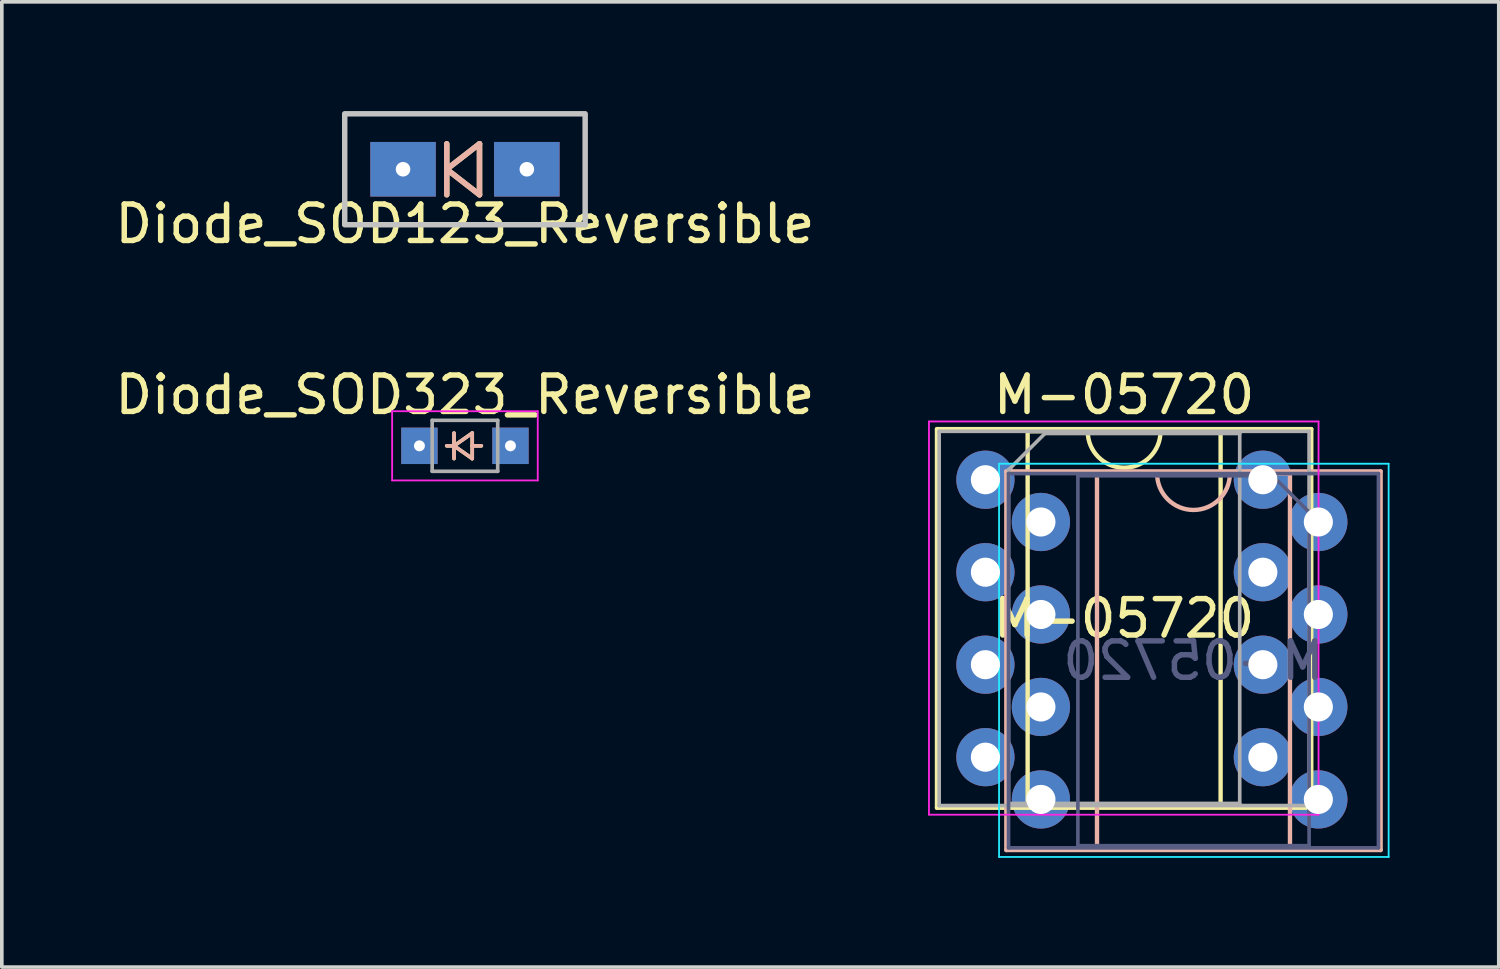
<source format=kicad_pcb>
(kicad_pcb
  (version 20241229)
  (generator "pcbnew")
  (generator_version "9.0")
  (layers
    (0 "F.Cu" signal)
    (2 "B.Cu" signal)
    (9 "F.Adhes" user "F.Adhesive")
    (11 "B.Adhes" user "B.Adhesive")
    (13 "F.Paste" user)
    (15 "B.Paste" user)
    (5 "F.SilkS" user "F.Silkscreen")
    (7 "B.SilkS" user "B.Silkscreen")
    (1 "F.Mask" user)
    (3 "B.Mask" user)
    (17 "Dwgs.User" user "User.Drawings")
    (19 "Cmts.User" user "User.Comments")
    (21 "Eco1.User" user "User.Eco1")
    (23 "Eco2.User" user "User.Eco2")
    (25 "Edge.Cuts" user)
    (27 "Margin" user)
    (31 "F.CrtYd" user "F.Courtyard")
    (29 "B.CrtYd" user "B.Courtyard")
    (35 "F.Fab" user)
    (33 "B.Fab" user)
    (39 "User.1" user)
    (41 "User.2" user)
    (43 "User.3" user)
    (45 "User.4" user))
  (footprint "Diode_SOD123_Reversible"
    (placed yes)
    (layer "F.Cu")
    (at 9.72 1.599)
    (property "Reference" "Diode_SOD123_Reversible" (at 0 1.5 0) (layer "F.SilkS") (effects (font (size 1 1) (thickness 0.15))))
    (attr through_hole)
    (fp_line (start -0.5 -0.7) (end -0.5 0.7) (stroke (width 0.15) (type solid)) (layer "F.SilkS"))
    (fp_line (start -0.5 0) (end 0.4 -0.7) (stroke (width 0.15) (type solid)) (layer "F.SilkS"))
    (fp_line (start 0.4 -0.7) (end 0.4 0.7) (stroke (width 0.15) (type solid)) (layer "F.SilkS"))
    (fp_line (start 0.4 0.7) (end -0.5 0) (stroke (width 0.15) (type solid)) (layer "F.SilkS"))
    (fp_line (start -0.5 -0.7) (end -0.5 0.7) (stroke (width 0.15) (type solid)) (layer "B.SilkS"))
    (fp_line (start -0.5 0) (end 0.4 -0.7) (stroke (width 0.15) (type solid)) (layer "B.SilkS"))
    (fp_line (start 0.4 -0.7) (end 0.4 0.7) (stroke (width 0.15) (type solid)) (layer "B.SilkS"))
    (fp_line (start 0.4 0.7) (end -0.5 0) (stroke (width 0.15) (type solid)) (layer "B.SilkS"))
    (fp_line (start -3.302 -1.524) (end 3.302 -1.524) (stroke (width 0.15) (type solid)) (layer "Dwgs.User"))
    (fp_line (start -3.302 -1.5) (end -3.302 1.5) (stroke (width 0.15) (type solid)) (layer "Dwgs.User"))
    (fp_line (start -3.302 1.524) (end 3.302 1.524) (stroke (width 0.15) (type solid)) (layer "Dwgs.User"))
    (fp_line (start 3.302 -1.476) (end 3.302 1.524) (stroke (width 0.15) (type solid)) (layer "Dwgs.User"))
    (pad "1" thru_hole rect (at -1.7 0) (size 1.8 1.5) (drill 0.4) (layers "*.Cu" "*.Mask"))
    (pad "2" thru_hole rect (at 1.7 0) (size 1.8 1.5) (drill 0.4) (layers "*.Cu" "*.Mask")))
  (footprint "M-05720"
    (layer "F.Cu")
    (at 24.015 10.126)
    (property "Reference" "M-05720" (at 3.81 -2.33 0) (layer "F.SilkS") (effects (font (size 1 1) (thickness 0.15))))
    (attr through_hole)
    (fp_line (start -1.33 -1.39) (end -1.33 9.01) (stroke (width 0.12) (type solid)) (layer "F.SilkS"))
    (fp_line (start -1.33 9.01) (end 8.95 9.01) (stroke (width 0.12) (type solid)) (layer "F.SilkS"))
    (fp_line (start 1.16 -1.33) (end 1.16 8.95) (stroke (width 0.12) (type solid)) (layer "F.SilkS"))
    (fp_line (start 1.16 8.95) (end 6.46 8.95) (stroke (width 0.12) (type solid)) (layer "F.SilkS"))
    (fp_line (start 2.81 -1.33) (end 1.16 -1.33) (stroke (width 0.12) (type solid)) (layer "F.SilkS"))
    (fp_line (start 6.46 -1.33) (end 4.81 -1.33) (stroke (width 0.12) (type solid)) (layer "F.SilkS"))
    (fp_line (start 6.46 8.95) (end 6.46 -1.33) (stroke (width 0.12) (type solid)) (layer "F.SilkS"))
    (fp_line (start 8.95 -1.39) (end -1.33 -1.39) (stroke (width 0.12) (type solid)) (layer "F.SilkS"))
    (fp_line (start 8.95 9.01) (end 8.95 -1.39) (stroke (width 0.12) (type solid)) (layer "F.SilkS"))
    (fp_arc (start 4.81 -1.33) (mid 3.81 -0.33) (end 2.81 -1.33) (stroke (width 0.12) (type solid)) (layer "F.SilkS"))
    (fp_line (start 0.575 -0.229) (end 10.855 -0.229) (stroke (width 0.12) (type solid)) (layer "B.SilkS"))
    (fp_line (start 0.575 10.171) (end 0.575 -0.229) (stroke (width 0.12) (type solid)) (layer "B.SilkS"))
    (fp_line (start 3.065 -0.169) (end 4.715 -0.169) (stroke (width 0.12) (type solid)) (layer "B.SilkS"))
    (fp_line (start 3.065 10.111) (end 3.065 -0.169) (stroke (width 0.12) (type solid)) (layer "B.SilkS"))
    (fp_line (start 6.715 -0.169) (end 8.365 -0.169) (stroke (width 0.12) (type solid)) (layer "B.SilkS"))
    (fp_line (start 8.365 -0.169) (end 8.365 10.111) (stroke (width 0.12) (type solid)) (layer "B.SilkS"))
    (fp_line (start 8.365 10.111) (end 3.065 10.111) (stroke (width 0.12) (type solid)) (layer "B.SilkS"))
    (fp_line (start 10.855 -0.229) (end 10.855 10.171) (stroke (width 0.12) (type solid)) (layer "B.SilkS"))
    (fp_line (start 10.855 10.171) (end 0.575 10.171) (stroke (width 0.12) (type solid)) (layer "B.SilkS"))
    (fp_arc (start 6.715 -0.169354) (mid 5.715 0.830646) (end 4.715 -0.169354) (stroke (width 0.12) (type solid)) (layer "B.SilkS"))
    (fp_line (start 0.375 -0.439) (end 11.075 -0.439) (stroke (width 0.05) (type solid)) (layer "B.CrtYd"))
    (fp_line (start 0.375 10.361) (end 0.375 -0.439) (stroke (width 0.05) (type solid)) (layer "B.CrtYd"))
    (fp_line (start 11.075 -0.439) (end 11.075 10.361) (stroke (width 0.05) (type solid)) (layer "B.CrtYd"))
    (fp_line (start 11.075 10.361) (end 0.375 10.361) (stroke (width 0.05) (type solid)) (layer "B.CrtYd"))
    (fp_line (start -1.55 -1.6) (end -1.55 9.2) (stroke (width 0.05) (type solid)) (layer "F.CrtYd"))
    (fp_line (start -1.55 9.2) (end 9.15 9.2) (stroke (width 0.05) (type solid)) (layer "F.CrtYd"))
    (fp_line (start 9.15 -1.6) (end -1.55 -1.6) (stroke (width 0.05) (type solid)) (layer "F.CrtYd"))
    (fp_line (start 9.15 9.2) (end 9.15 -1.6) (stroke (width 0.05) (type solid)) (layer "F.CrtYd"))
    (fp_line (start 0.635 -0.169) (end 10.795 -0.169) (stroke (width 0.1) (type solid)) (layer "B.Fab"))
    (fp_line (start 0.635 10.111) (end 0.635 -0.169) (stroke (width 0.1) (type solid)) (layer "B.Fab"))
    (fp_line (start 2.54 -0.109) (end 2.54 10.051) (stroke (width 0.1) (type solid)) (layer "B.Fab"))
    (fp_line (start 2.54 10.051) (end 8.89 10.051) (stroke (width 0.1) (type solid)) (layer "B.Fab"))
    (fp_line (start 7.89 -0.109) (end 2.54 -0.109) (stroke (width 0.1) (type solid)) (layer "B.Fab"))
    (fp_line (start 8.89 0.891) (end 7.89 -0.109) (stroke (width 0.1) (type solid)) (layer "B.Fab"))
    (fp_line (start 8.89 10.051) (end 8.89 0.891) (stroke (width 0.1) (type solid)) (layer "B.Fab"))
    (fp_line (start 10.795 -0.169) (end 10.795 10.111) (stroke (width 0.1) (type solid)) (layer "B.Fab"))
    (fp_line (start 10.795 10.111) (end 0.635 10.111) (stroke (width 0.1) (type solid)) (layer "B.Fab"))
    (fp_line (start -1.27 -1.33) (end -1.27 8.95) (stroke (width 0.1) (type solid)) (layer "F.Fab"))
    (fp_line (start -1.27 8.95) (end 8.89 8.95) (stroke (width 0.1) (type solid)) (layer "F.Fab"))
    (fp_line (start 0.635 -0.27) (end 1.635 -1.27) (stroke (width 0.1) (type solid)) (layer "F.Fab"))
    (fp_line (start 0.635 8.89) (end 0.635 -0.27) (stroke (width 0.1) (type solid)) (layer "F.Fab"))
    (fp_line (start 1.635 -1.27) (end 6.985 -1.27) (stroke (width 0.1) (type solid)) (layer "F.Fab"))
    (fp_line (start 6.985 -1.27) (end 6.985 8.89) (stroke (width 0.1) (type solid)) (layer "F.Fab"))
    (fp_line (start 6.985 8.89) (end 0.635 8.89) (stroke (width 0.1) (type solid)) (layer "F.Fab"))
    (fp_line (start 8.89 -1.33) (end -1.27 -1.33) (stroke (width 0.1) (type solid)) (layer "F.Fab"))
    (fp_line (start 8.89 8.95) (end 8.89 -1.33) (stroke (width 0.1) (type solid)) (layer "F.Fab"))
    (fp_text user "${REFERENCE}" (at 3.81 3.81 0) (layer "F.SilkS") (effects (font (size 1 1) (thickness 0.15))))
    (fp_text user "${REFERENCE}" (at 5.715 4.971 180) (layer "B.Fab") (effects (font (size 1 1) (thickness 0.15)) (justify mirror)))
    (pad "1" thru_hole circle (at 0 0) (size 1.6 1.6) (drill 0.8) (layers "*.Cu" "*.Mask"))
    (pad "1" thru_hole circle (at 9.144 1.161 180) (size 1.6 1.6) (drill 0.8) (layers "*.Cu" "*.Mask"))
    (pad "2" thru_hole oval (at 0 2.54) (size 1.6 1.6) (drill 0.8) (layers "*.Cu" "*.Mask"))
    (pad "2" thru_hole oval (at 9.144 3.701 180) (size 1.6 1.6) (drill 0.8) (layers "*.Cu" "*.Mask"))
    (pad "3" thru_hole oval (at 0 5.08) (size 1.6 1.6) (drill 0.8) (layers "*.Cu" "*.Mask"))
    (pad "3" thru_hole oval (at 9.144 6.241 180) (size 1.6 1.6) (drill 0.8) (layers "*.Cu" "*.Mask"))
    (pad "4" thru_hole oval (at 0 7.62) (size 1.6 1.6) (drill 0.8) (layers "*.Cu" "*.Mask"))
    (pad "4" thru_hole oval (at 9.144 8.781 180) (size 1.6 1.6) (drill 0.8) (layers "*.Cu" "*.Mask"))
    (pad "5" thru_hole oval (at 1.524 8.781 180) (size 1.6 1.6) (drill 0.8) (layers "*.Cu" "*.Mask"))
    (pad "5" thru_hole oval (at 7.62 7.62) (size 1.6 1.6) (drill 0.8) (layers "*.Cu" "*.Mask"))
    (pad "6" thru_hole oval (at 1.524 6.241 180) (size 1.6 1.6) (drill 0.8) (layers "*.Cu" "*.Mask"))
    (pad "6" thru_hole oval (at 7.62 5.08) (size 1.6 1.6) (drill 0.8) (layers "*.Cu" "*.Mask"))
    (pad "7" thru_hole oval (at 1.524 3.701 180) (size 1.6 1.6) (drill 0.8) (layers "*.Cu" "*.Mask"))
    (pad "7" thru_hole oval (at 7.62 2.54) (size 1.6 1.6) (drill 0.8) (layers "*.Cu" "*.Mask"))
    (pad "8" thru_hole oval (at 1.524 1.161 180) (size 1.6 1.6) (drill 0.8) (layers "*.Cu" "*.Mask"))
    (pad "8" thru_hole oval (at 7.62 0) (size 1.6 1.6) (drill 0.8) (layers "*.Cu" "*.Mask")))
  (footprint "Diode_SOD323_Reversible"
    (layer "F.Cu")
    (at 9.72 9.195)
    (property "Reference" "Diode_SOD323_Reversible" (at 0 -1.4 0) (layer "F.SilkS") (effects (font (size 1 1) (thickness 0.15))))
    (attr smd)
    (fp_line (start -0.3 -0.35) (end -0.3 0.35) (stroke (width 0.1) (type solid)) (layer "F.SilkS"))
    (fp_line (start -0.3 0) (end -0.5 0) (stroke (width 0.1) (type solid)) (layer "F.SilkS"))
    (fp_line (start -0.3 0) (end 0.2 -0.35) (stroke (width 0.1) (type solid)) (layer "F.SilkS"))
    (fp_line (start 0.2 -0.35) (end 0.2 0.35) (stroke (width 0.1) (type solid)) (layer "F.SilkS"))
    (fp_line (start 0.2 0) (end 0.45 0) (stroke (width 0.1) (type solid)) (layer "F.SilkS"))
    (fp_line (start 0.2 0.35) (end -0.3 0) (stroke (width 0.1) (type solid)) (layer "F.SilkS"))
    (fp_line (start -0.3 -0.35) (end -0.3 0.35) (stroke (width 0.1) (type solid)) (layer "B.SilkS"))
    (fp_line (start -0.3 0) (end -0.5 0) (stroke (width 0.1) (type solid)) (layer "B.SilkS"))
    (fp_line (start -0.3 0) (end 0.2 -0.35) (stroke (width 0.1) (type solid)) (layer "B.SilkS"))
    (fp_line (start 0.2 -0.35) (end 0.2 0.35) (stroke (width 0.1) (type solid)) (layer "B.SilkS"))
    (fp_line (start 0.2 0) (end 0.45 0) (stroke (width 0.1) (type solid)) (layer "B.SilkS"))
    (fp_line (start 0.2 0.35) (end -0.3 0) (stroke (width 0.1) (type solid)) (layer "B.SilkS"))
    (fp_line (start -2 -0.95) (end -2 0.95) (stroke (width 0.05) (type solid)) (layer "F.CrtYd"))
    (fp_line (start -2 -0.95) (end 2 -0.95) (stroke (width 0.05) (type solid)) (layer "F.CrtYd"))
    (fp_line (start -2 0.95) (end 2 0.95) (stroke (width 0.05) (type solid)) (layer "F.CrtYd"))
    (fp_line (start 2 -0.95) (end 2 0.95) (stroke (width 0.05) (type solid)) (layer "F.CrtYd"))
    (fp_line (start -0.9 -0.7) (end 0.9 -0.7) (stroke (width 0.1) (type solid)) (layer "F.Fab"))
    (fp_line (start -0.9 0.7) (end -0.9 -0.7) (stroke (width 0.1) (type solid)) (layer "F.Fab"))
    (fp_line (start 0.9 -0.7) (end 0.9 0.7) (stroke (width 0.1) (type solid)) (layer "F.Fab"))
    (fp_line (start 0.9 0.7) (end -0.9 0.7) (stroke (width 0.1) (type solid)) (layer "F.Fab"))
    (pad "1" thru_hole rect (at -1.25 0) (size 1 1) (drill 0.3) (layers "*.Cu" "*.Mask"))
    (pad "2" thru_hole rect (at 1.25 0) (size 1 1) (drill 0.3) (layers "*.Cu" "*.Mask")))
  (gr_rect
    (start -3 -3)
    (end 38.115 23.511)
    (stroke (width 0.1) (type default))
    (fill no)
    (layer "Edge.Cuts")))
</source>
